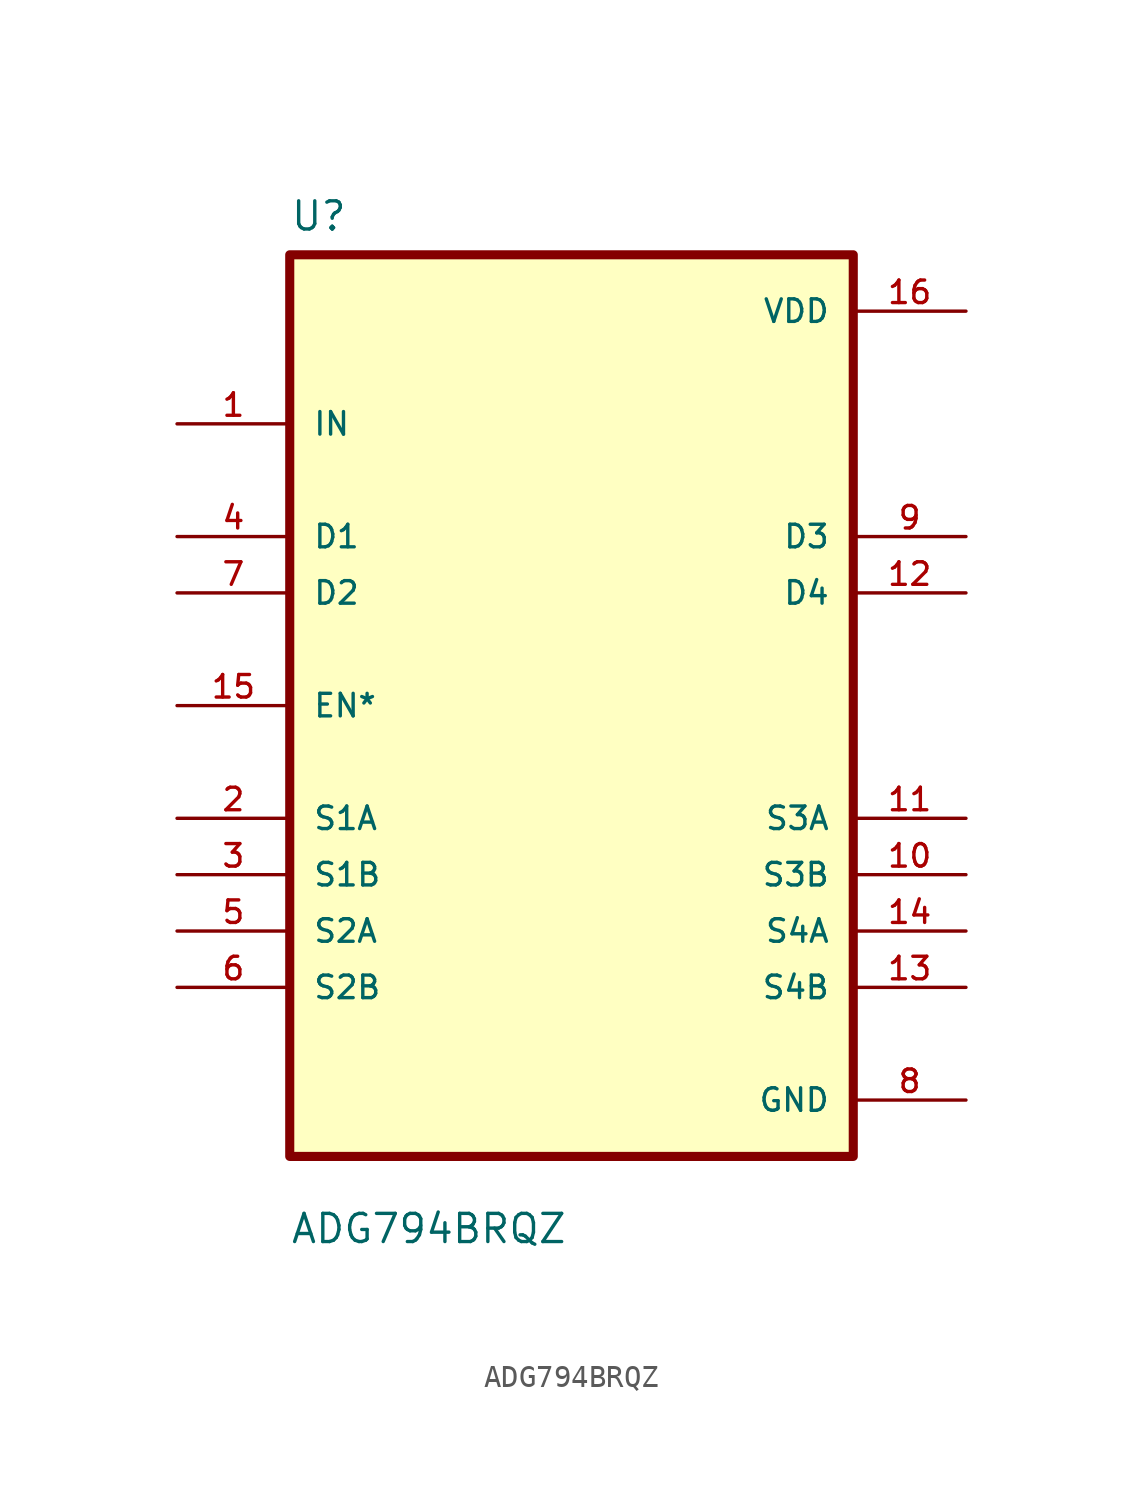
<source format=kicad_sym>
(kicad_symbol_lib
  (version 20211014)
  (generator kicad_symbol_editor)
  (symbol "ADG794BRQZ"
    (pin_names
      (offset 1.016))
    (property "Reference" "U"
      (at -12.7 21.32 0.0)
      (effects (font (size 1.27 1.27)) (justify bottom left)))
    (property "Value" "ADG794BRQZ"
      (at -12.7 -24.32 0.0)
      (effects (font (size 1.27 1.27)) (justify bottom left)))
    (symbol "ADG794BRQZ_0_0"
      (rectangle (start -12.7 -20.32) (end 12.7 20.32) (stroke (width 0.41)) (fill (type background)))
      (pin input line (at -17.78 12.7 0) (length 5.08) (name "IN" (effects (font (size 1.016 1.016)))) (number "1" (effects (font (size 1.016 1.016)))))
      (pin bidirectional line (at -17.78 7.62 0) (length 5.08) (name "D1" (effects (font (size 1.016 1.016)))) (number "4" (effects (font (size 1.016 1.016)))))
      (pin bidirectional line (at -17.78 5.08 0) (length 5.08) (name "D2" (effects (font (size 1.016 1.016)))) (number "7" (effects (font (size 1.016 1.016)))))
      (pin bidirectional line (at -17.78 0.0 0) (length 5.08) (name "EN*" (effects (font (size 1.016 1.016)))) (number "15" (effects (font (size 1.016 1.016)))))
      (pin bidirectional line (at -17.78 -5.08 0) (length 5.08) (name "S1A" (effects (font (size 1.016 1.016)))) (number "2" (effects (font (size 1.016 1.016)))))
      (pin bidirectional line (at -17.78 -7.62 0) (length 5.08) (name "S1B" (effects (font (size 1.016 1.016)))) (number "3" (effects (font (size 1.016 1.016)))))
      (pin bidirectional line (at -17.78 -10.16 0) (length 5.08) (name "S2A" (effects (font (size 1.016 1.016)))) (number "5" (effects (font (size 1.016 1.016)))))
      (pin bidirectional line (at -17.78 -12.7 0) (length 5.08) (name "S2B" (effects (font (size 1.016 1.016)))) (number "6" (effects (font (size 1.016 1.016)))))
      (pin power_in line (at 17.78 17.78 180.0) (length 5.08) (name "VDD" (effects (font (size 1.016 1.016)))) (number "16" (effects (font (size 1.016 1.016)))))
      (pin bidirectional line (at 17.78 7.62 180.0) (length 5.08) (name "D3" (effects (font (size 1.016 1.016)))) (number "9" (effects (font (size 1.016 1.016)))))
      (pin bidirectional line (at 17.78 5.08 180.0) (length 5.08) (name "D4" (effects (font (size 1.016 1.016)))) (number "12" (effects (font (size 1.016 1.016)))))
      (pin bidirectional line (at 17.78 -5.08 180.0) (length 5.08) (name "S3A" (effects (font (size 1.016 1.016)))) (number "11" (effects (font (size 1.016 1.016)))))
      (pin bidirectional line (at 17.78 -7.62 180.0) (length 5.08) (name "S3B" (effects (font (size 1.016 1.016)))) (number "10" (effects (font (size 1.016 1.016)))))
      (pin bidirectional line (at 17.78 -10.16 180.0) (length 5.08) (name "S4A" (effects (font (size 1.016 1.016)))) (number "14" (effects (font (size 1.016 1.016)))))
      (pin bidirectional line (at 17.78 -12.7 180.0) (length 5.08) (name "S4B" (effects (font (size 1.016 1.016)))) (number "13" (effects (font (size 1.016 1.016)))))
      (pin power_in line (at 17.78 -17.78 180.0) (length 5.08) (name "GND" (effects (font (size 1.016 1.016)))) (number "8" (effects (font (size 1.016 1.016))))))))
</source>
